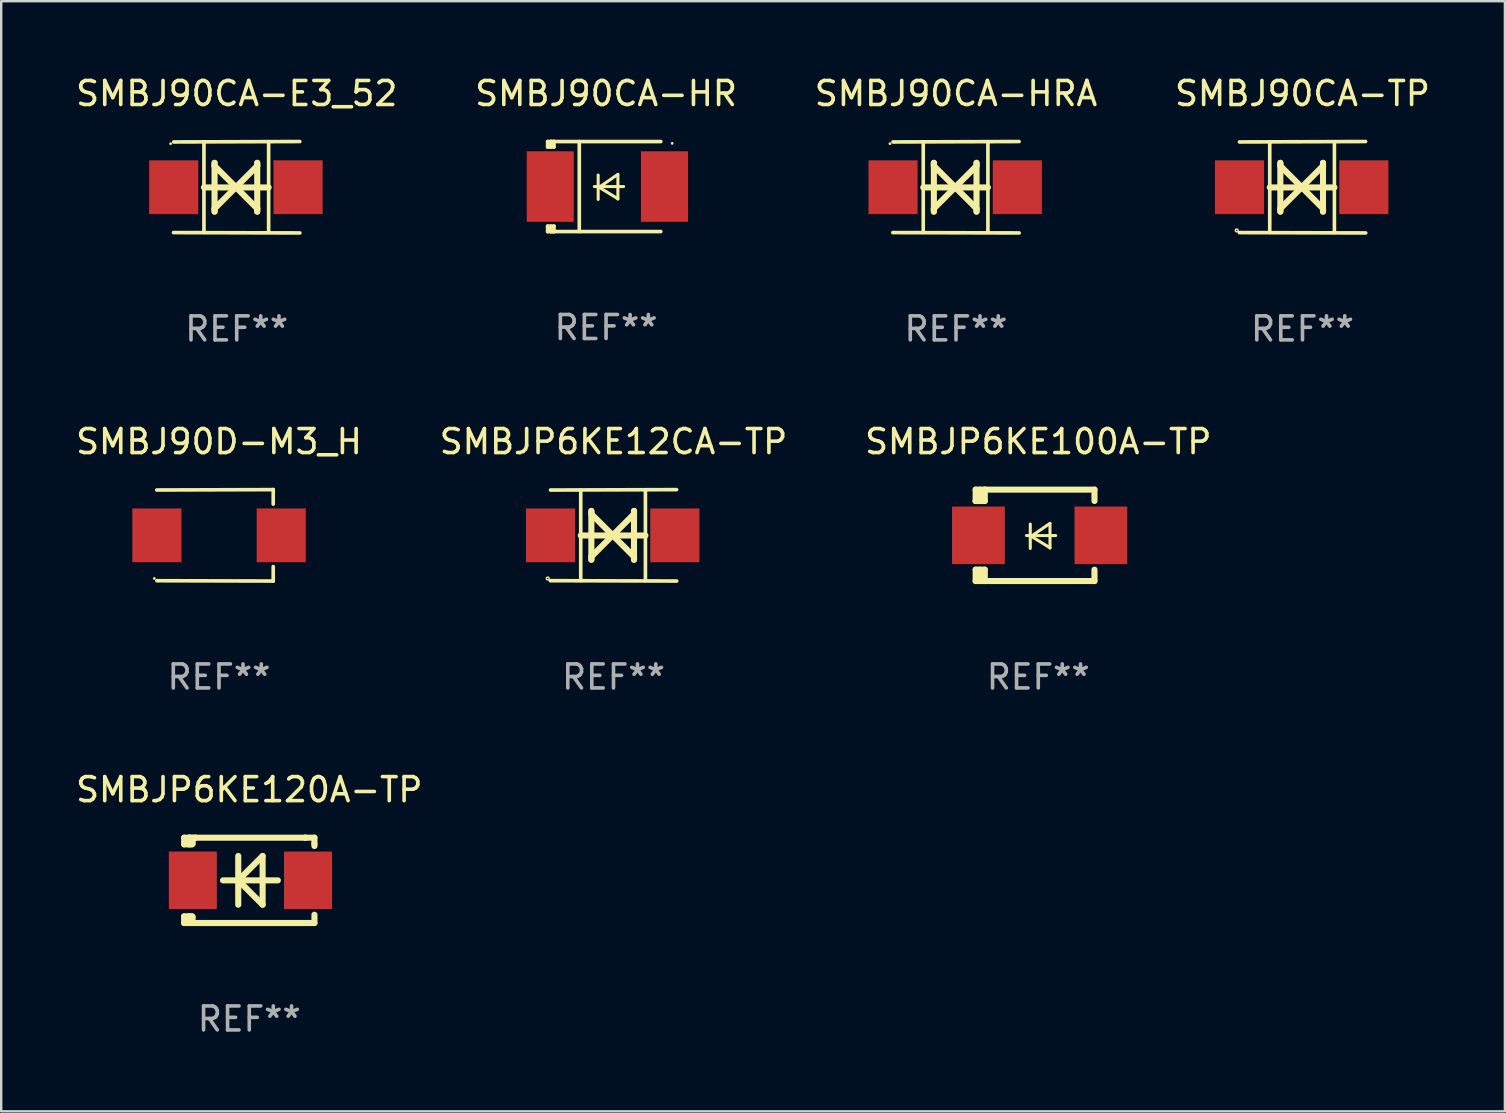
<source format=kicad_pcb>
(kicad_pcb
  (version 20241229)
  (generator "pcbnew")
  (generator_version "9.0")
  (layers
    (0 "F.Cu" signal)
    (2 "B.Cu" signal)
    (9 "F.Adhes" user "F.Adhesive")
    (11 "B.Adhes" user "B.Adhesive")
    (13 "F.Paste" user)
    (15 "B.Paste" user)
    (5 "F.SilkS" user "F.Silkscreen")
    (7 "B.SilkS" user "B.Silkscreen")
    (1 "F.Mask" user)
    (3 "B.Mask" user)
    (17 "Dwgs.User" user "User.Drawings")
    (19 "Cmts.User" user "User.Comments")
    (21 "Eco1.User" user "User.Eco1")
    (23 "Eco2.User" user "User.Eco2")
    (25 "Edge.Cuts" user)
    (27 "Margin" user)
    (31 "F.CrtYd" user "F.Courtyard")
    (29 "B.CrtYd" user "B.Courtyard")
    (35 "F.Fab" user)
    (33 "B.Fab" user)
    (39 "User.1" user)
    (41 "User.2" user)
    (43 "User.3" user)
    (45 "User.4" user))
  (footprint "SMBJP6KE120A-TP"
    (layer "F.Cu")
    (at 7.339 33.639)
    (property "Reference" "SMBJP6KE120A-TP" (at 0 -3.778 0) (layer "F.SilkS") (effects (font (size 1 1) (thickness 0.15))))
    (attr through_hole)
    (fp_line (start -2.715 -1.778) (end -2.715 -1.501) (stroke (width 0.254) (type solid)) (layer "F.SilkS"))
    (fp_line (start -2.715 -1.501) (end -2.505 -1.501) (stroke (width 0.254) (type solid)) (layer "F.SilkS"))
    (fp_line (start -2.715 1.501) (end -2.715 1.778) (stroke (width 0.254) (type solid)) (layer "F.SilkS"))
    (fp_line (start -2.715 1.501) (end -2.505 1.501) (stroke (width 0.254) (type solid)) (layer "F.SilkS"))
    (fp_line (start -2.715 1.778) (end -2.504 1.778) (stroke (width 0.254) (type solid)) (layer "F.SilkS"))
    (fp_line (start -2.505 -1.778) (end -2.715 -1.778) (stroke (width 0.254) (type solid)) (layer "F.SilkS"))
    (fp_line (start -2.505 -1.778) (end -2.238 -1.778) (stroke (width 0.254) (type solid)) (layer "F.SilkS"))
    (fp_line (start -2.505 -1.501) (end -2.505 -1.651) (stroke (width 0.254) (type solid)) (layer "F.SilkS"))
    (fp_line (start -2.505 -1.501) (end -2.388 -1.501) (stroke (width 0.254) (type solid)) (layer "F.SilkS"))
    (fp_line (start -2.505 1.501) (end -2.505 1.778) (stroke (width 0.254) (type solid)) (layer "F.SilkS"))
    (fp_line (start -2.505 1.501) (end -2.388 1.501) (stroke (width 0.254) (type solid)) (layer "F.SilkS"))
    (fp_line (start -2.388 1.501) (end -2.365 1.524) (stroke (width 0.254) (type solid)) (layer "F.SilkS"))
    (fp_line (start -2.388 -1.501) (end -2.365 -1.524) (stroke (width 0.254) (type solid)) (layer "F.SilkS"))
    (fp_line (start -2.365 -1.651) (end -2.505 -1.778) (stroke (width 0.254) (type solid)) (layer "F.SilkS"))
    (fp_line (start -2.365 -1.524) (end -2.365 -1.651) (stroke (width 0.254) (type solid)) (layer "F.SilkS"))
    (fp_line (start -2.365 1.524) (end -2.365 1.778) (stroke (width 0.254) (type solid)) (layer "F.SilkS"))
    (fp_line (start -2.239 -1.778) (end 2.333 -1.778) (stroke (width 0.254) (type solid)) (layer "F.SilkS"))
    (fp_line (start -2.238 -1.778) (end -2.505 -1.778) (stroke (width 0.254) (type solid)) (layer "F.SilkS"))
    (fp_line (start -1.095 0) (end 1.191 0) (stroke (width 0.254) (type solid)) (layer "F.SilkS"))
    (fp_line (start -0.46 -1.016) (end -0.46 1.016) (stroke (width 0.254) (type solid)) (layer "F.SilkS"))
    (fp_line (start -0.46 -0.000127) (end 0.556 1.016) (stroke (width 0.254) (type solid)) (layer "F.SilkS"))
    (fp_line (start 0.556 -1.016) (end 0.556 1.016) (stroke (width 0.254) (type solid)) (layer "F.SilkS"))
    (fp_line (start 0.556 -1.016) (end -0.46 -0.000127) (stroke (width 0.254) (type solid)) (layer "F.SilkS"))
    (fp_line (start 2.333 -1.778) (end 2.333 -1.778) (stroke (width 0.254) (type solid)) (layer "F.SilkS"))
    (fp_line (start 2.333 -1.778) (end 2.715 -1.778) (stroke (width 0.254) (type solid)) (layer "F.SilkS"))
    (fp_line (start 2.334 1.778) (end -2.504 1.778) (stroke (width 0.254) (type solid)) (layer "F.SilkS"))
    (fp_line (start 2.715 -1.778) (end 2.715 -1.524) (stroke (width 0.254) (type solid)) (layer "F.SilkS"))
    (fp_line (start 2.715 -1.524) (end 2.715 -1.431) (stroke (width 0.254) (type solid)) (layer "F.SilkS"))
    (fp_line (start 2.715 1.431) (end 2.715 1.778) (stroke (width 0.254) (type solid)) (layer "F.SilkS"))
    (fp_line (start 2.715 1.778) (end 2.334 1.778) (stroke (width 0.254) (type solid)) (layer "F.SilkS"))
    (fp_circle (center -2.602 1.8) (end -2.572 1.8) (stroke (width 0.06) (type solid)) (fill no) (layer "F.SilkS"))
    (fp_text user "REF**" (at 0 5.778 0) (layer "F.Fab") (effects (font (size 1 1) (thickness 0.15))))
    (pad "1" smd rect (at -2.352 -0.000076) (size 2 2.4) (layers "F.Cu" "F.Mask" "F.Paste"))
    (pad "2" smd rect (at 2.448 -0.000076) (size 2 2.4) (layers "F.Cu" "F.Mask" "F.Paste")))
  (footprint "SMBJP6KE12CA-TP"
    (layer "F.Cu")
    (at 22.518 19.26)
    (property "Reference" "SMBJP6KE12CA-TP" (at 0 -3.905 0) (layer "F.SilkS") (effects (font (size 1 1) (thickness 0.15))))
    (attr through_hole)
    (fp_line (start -1.365 1.886) (end -1.365 -1.886) (stroke (width 0.152) (type solid)) (layer "F.SilkS"))
    (fp_line (start -1.365 0.008) (end 1.33 0.008) (stroke (width 0.254) (type solid)) (layer "F.SilkS"))
    (fp_line (start -0.923 -1.016) (end -0.923 1.016) (stroke (width 0.254) (type solid)) (layer "F.SilkS"))
    (fp_line (start -0.923 -0.889) (end -0.923 -1.016) (stroke (width 0.254) (type solid)) (layer "F.SilkS"))
    (fp_line (start -0.923 0.889) (end -0.034 0) (stroke (width 0.254) (type solid)) (layer "F.SilkS"))
    (fp_line (start -0.923 1.016) (end -0.923 0.889) (stroke (width 0.254) (type solid)) (layer "F.SilkS"))
    (fp_line (start -0.034 0) (end -0.923 -0.889) (stroke (width 0.254) (type solid)) (layer "F.SilkS"))
    (fp_line (start -0.034 0) (end 0.855 0.889) (stroke (width 0.254) (type solid)) (layer "F.SilkS"))
    (fp_line (start 0.855 -1.016) (end 0.855 -0.889) (stroke (width 0.254) (type solid)) (layer "F.SilkS"))
    (fp_line (start 0.855 -0.889) (end -0.034 0) (stroke (width 0.254) (type solid)) (layer "F.SilkS"))
    (fp_line (start 0.855 0.889) (end 0.855 1.016) (stroke (width 0.254) (type solid)) (layer "F.SilkS"))
    (fp_line (start 0.855 1.016) (end 0.855 -1.016) (stroke (width 0.254) (type solid)) (layer "F.SilkS"))
    (fp_line (start 1.33 1.886) (end 1.33 -1.886) (stroke (width 0.152) (type solid)) (layer "F.SilkS"))
    (fp_line (start 2.629 -1.905) (end -2.625 -1.887) (stroke (width 0.152) (type solid)) (layer "F.SilkS"))
    (fp_line (start 2.633 1.905) (end -2.633 1.89) (stroke (width 0.152) (type solid)) (layer "F.SilkS"))
    (fp_circle (center -2.741 1.8) (end -2.712 1.8) (stroke (width 0.06) (type solid)) (fill no) (layer "F.SilkS"))
    (fp_text user "REF**" (at 0 5.905 0) (layer "F.Fab") (effects (font (size 1 1) (thickness 0.15))))
    (pad "1" smd rect (at -2.625 0) (size 2.047 2.241) (layers "F.Cu" "F.Mask" "F.Paste"))
    (pad "2" smd rect (at 2.557 0) (size 2.047 2.241) (layers "F.Cu" "F.Mask" "F.Paste")))
  (footprint "SMBJ90CA-HRA"
    (layer "F.Cu")
    (at 36.792 4.753)
    (property "Reference" "SMBJ90CA-HRA" (at 0 -3.905 0) (layer "F.SilkS") (effects (font (size 1 1) (thickness 0.15))))
    (attr through_hole)
    (fp_line (start -1.365 1.886) (end -1.365 -1.886) (stroke (width 0.152) (type solid)) (layer "F.SilkS"))
    (fp_line (start -1.365 0.008) (end 1.33 0.008) (stroke (width 0.254) (type solid)) (layer "F.SilkS"))
    (fp_line (start -0.923 -1.016) (end -0.923 1.016) (stroke (width 0.254) (type solid)) (layer "F.SilkS"))
    (fp_line (start -0.923 -0.889) (end -0.923 -1.016) (stroke (width 0.254) (type solid)) (layer "F.SilkS"))
    (fp_line (start -0.923 0.889) (end -0.034 0) (stroke (width 0.254) (type solid)) (layer "F.SilkS"))
    (fp_line (start -0.923 1.016) (end -0.923 0.889) (stroke (width 0.254) (type solid)) (layer "F.SilkS"))
    (fp_line (start -0.034 0) (end -0.923 -0.889) (stroke (width 0.254) (type solid)) (layer "F.SilkS"))
    (fp_line (start -0.034 0) (end 0.855 0.889) (stroke (width 0.254) (type solid)) (layer "F.SilkS"))
    (fp_line (start 0.855 -1.016) (end 0.855 -0.889) (stroke (width 0.254) (type solid)) (layer "F.SilkS"))
    (fp_line (start 0.855 -0.889) (end -0.034 0) (stroke (width 0.254) (type solid)) (layer "F.SilkS"))
    (fp_line (start 0.855 0.889) (end 0.855 1.016) (stroke (width 0.254) (type solid)) (layer "F.SilkS"))
    (fp_line (start 0.855 1.016) (end 0.855 -1.016) (stroke (width 0.254) (type solid)) (layer "F.SilkS"))
    (fp_line (start 1.33 1.886) (end 1.33 -1.886) (stroke (width 0.152) (type solid)) (layer "F.SilkS"))
    (fp_line (start 2.629 -1.905) (end -2.625 -1.887) (stroke (width 0.152) (type solid)) (layer "F.SilkS"))
    (fp_line (start 2.633 1.905) (end -2.633 1.89) (stroke (width 0.152) (type solid)) (layer "F.SilkS"))
    (fp_circle (center -2.753 -1.816) (end -2.723 -1.816) (stroke (width 0.06) (type solid)) (fill no) (layer "F.SilkS"))
    (fp_text user "REF**" (at 0 5.905 0) (layer "F.Fab") (effects (font (size 1 1) (thickness 0.15))))
    (pad "1" smd rect (at -2.625 0) (size 2.047 2.241) (layers "F.Cu" "F.Mask" "F.Paste"))
    (pad "2" smd rect (at 2.557 0) (size 2.047 2.241) (layers "F.Cu" "F.Mask" "F.Paste")))
  (footprint "SMBJ90CA-HR"
    (layer "F.Cu")
    (at 22.208 4.725)
    (property "Reference" "SMBJ90CA-HR" (at 0 -3.876 0) (layer "F.SilkS") (effects (font (size 1 1) (thickness 0.15))))
    (attr through_hole)
    (fp_line (start -2.435 1.65) (end -2.171 1.65) (stroke (width 0.152) (type solid)) (layer "F.SilkS"))
    (fp_line (start -2.435 1.876) (end -2.435 1.65) (stroke (width 0.152) (type solid)) (layer "F.SilkS"))
    (fp_line (start -2.435 -1.876) (end -2.171 -1.876) (stroke (width 0.152) (type solid)) (layer "F.SilkS"))
    (fp_line (start -2.435 -1.65) (end -2.435 -1.876) (stroke (width 0.152) (type solid)) (layer "F.SilkS"))
    (fp_line (start -2.305 -1.866) (end -2.295 -1.876) (stroke (width 0.152) (type solid)) (layer "F.SilkS"))
    (fp_line (start -2.305 -1.65) (end -2.305 -1.866) (stroke (width 0.152) (type solid)) (layer "F.SilkS"))
    (fp_line (start -2.305 1.876) (end -2.305 1.65) (stroke (width 0.152) (type solid)) (layer "F.SilkS"))
    (fp_line (start -2.295 -1.876) (end -2.295 -1.65) (stroke (width 0.152) (type solid)) (layer "F.SilkS"))
    (fp_line (start -2.171 1.876) (end -2.435 1.876) (stroke (width 0.152) (type solid)) (layer "F.SilkS"))
    (fp_line (start -2.171 -1.65) (end -2.435 -1.65) (stroke (width 0.152) (type solid)) (layer "F.SilkS"))
    (fp_line (start -2.171 -1.876) (end -2.295 -1.876) (stroke (width 0.152) (type solid)) (layer "F.SilkS"))
    (fp_line (start -2.171 -1.65) (end -2.171 -1.876) (stroke (width 0.152) (type solid)) (layer "F.SilkS"))
    (fp_line (start -2.171 1.876) (end -2.305 1.876) (stroke (width 0.152) (type solid)) (layer "F.SilkS"))
    (fp_line (start -2.171 1.876) (end -2.171 1.65) (stroke (width 0.152) (type solid)) (layer "F.SilkS"))
    (fp_line (start -1.116 1.876) (end -1.116 -1.876) (stroke (width 0.152) (type solid)) (layer "F.SilkS"))
    (fp_line (start -0.488 0.000102) (end 0.731 0.000102) (stroke (width 0.127) (type solid)) (layer "F.SilkS"))
    (fp_line (start -0.329 -0.48) (end -0.329 0.536) (stroke (width 0.127) (type solid)) (layer "F.SilkS"))
    (fp_line (start -0.29 0.03) (end 0.493 0.51) (stroke (width 0.127) (type solid)) (layer "F.SilkS"))
    (fp_line (start 0.493 -0.51) (end -0.29 0.03) (stroke (width 0.127) (type solid)) (layer "F.SilkS"))
    (fp_line (start 0.493 0.52) (end 0.493 -0.496) (stroke (width 0.127) (type solid)) (layer "F.SilkS"))
    (fp_line (start 2.281 -1.876) (end -2.171 -1.876) (stroke (width 0.152) (type solid)) (layer "F.SilkS"))
    (fp_line (start 2.281 1.876) (end -2.171 1.876) (stroke (width 0.152) (type solid)) (layer "F.SilkS"))
    (fp_circle (center 2.755 -1.8) (end 2.785 -1.8) (stroke (width 0.06) (type solid)) (fill no) (layer "F.SilkS"))
    (fp_text user "REF**" (at 0 5.876 0) (layer "F.Fab") (effects (font (size 1 1) (thickness 0.15))))
    (pad "1" smd rect (at 2.435 -0.000025 180) (size 1.96 2.94) (layers "F.Cu" "F.Mask" "F.Paste"))
    (pad "2" smd rect (at -2.325 -0.000025 180) (size 1.96 2.94) (layers "F.Cu" "F.Mask" "F.Paste")))
  (footprint "SMBJ90CA-E3_52"
    (layer "F.Cu")
    (at 6.815 4.753)
    (property "Reference" "SMBJ90CA-E3_52" (at 0 -3.905 0) (layer "F.SilkS") (effects (font (size 1 1) (thickness 0.15))))
    (attr through_hole)
    (fp_line (start -1.365 1.886) (end -1.365 -1.886) (stroke (width 0.152) (type solid)) (layer "F.SilkS"))
    (fp_line (start -1.365 0.008) (end 1.33 0.008) (stroke (width 0.254) (type solid)) (layer "F.SilkS"))
    (fp_line (start -0.923 -1.016) (end -0.923 1.016) (stroke (width 0.254) (type solid)) (layer "F.SilkS"))
    (fp_line (start -0.923 -0.889) (end -0.923 -1.016) (stroke (width 0.254) (type solid)) (layer "F.SilkS"))
    (fp_line (start -0.923 0.889) (end -0.034 0) (stroke (width 0.254) (type solid)) (layer "F.SilkS"))
    (fp_line (start -0.923 1.016) (end -0.923 0.889) (stroke (width 0.254) (type solid)) (layer "F.SilkS"))
    (fp_line (start -0.034 0) (end -0.923 -0.889) (stroke (width 0.254) (type solid)) (layer "F.SilkS"))
    (fp_line (start -0.034 0) (end 0.855 0.889) (stroke (width 0.254) (type solid)) (layer "F.SilkS"))
    (fp_line (start 0.855 -1.016) (end 0.855 -0.889) (stroke (width 0.254) (type solid)) (layer "F.SilkS"))
    (fp_line (start 0.855 -0.889) (end -0.034 0) (stroke (width 0.254) (type solid)) (layer "F.SilkS"))
    (fp_line (start 0.855 0.889) (end 0.855 1.016) (stroke (width 0.254) (type solid)) (layer "F.SilkS"))
    (fp_line (start 0.855 1.016) (end 0.855 -1.016) (stroke (width 0.254) (type solid)) (layer "F.SilkS"))
    (fp_line (start 1.33 1.886) (end 1.33 -1.886) (stroke (width 0.152) (type solid)) (layer "F.SilkS"))
    (fp_line (start 2.629 -1.905) (end -2.625 -1.887) (stroke (width 0.152) (type solid)) (layer "F.SilkS"))
    (fp_line (start 2.633 1.905) (end -2.633 1.89) (stroke (width 0.152) (type solid)) (layer "F.SilkS"))
    (fp_circle (center -2.753 -1.816) (end -2.723 -1.816) (stroke (width 0.06) (type solid)) (fill no) (layer "F.SilkS"))
    (fp_text user "REF**" (at 0 5.905 0) (layer "F.Fab") (effects (font (size 1 1) (thickness 0.15))))
    (pad "1" smd rect (at -2.625 0) (size 2.047 2.241) (layers "F.Cu" "F.Mask" "F.Paste"))
    (pad "2" smd rect (at 2.557 0) (size 2.047 2.241) (layers "F.Cu" "F.Mask" "F.Paste")))
  (footprint "SMBJP6KE100A-TP"
    (layer "F.Cu")
    (at 40.22 19.26)
    (property "Reference" "SMBJP6KE100A-TP" (at 0 -3.905 0) (layer "F.SilkS") (effects (font (size 1 1) (thickness 0.15))))
    (attr through_hole)
    (fp_line (start -2.609 -1.905) (end -2.609 -1.431) (stroke (width 0.254) (type solid)) (layer "F.SilkS"))
    (fp_line (start -2.609 1.431) (end -2.609 1.905) (stroke (width 0.254) (type solid)) (layer "F.SilkS"))
    (fp_line (start -2.609 1.431) (end -2.229 1.431) (stroke (width 0.254) (type solid)) (layer "F.SilkS"))
    (fp_line (start -2.609 1.905) (end -2.229 1.905) (stroke (width 0.254) (type solid)) (layer "F.SilkS"))
    (fp_line (start -2.609 -1.431) (end -2.609 -1.431) (stroke (width 0.254) (type solid)) (layer "F.SilkS"))
    (fp_line (start -2.427 -1.431) (end -2.427 -1.905) (stroke (width 0.254) (type solid)) (layer "F.SilkS"))
    (fp_line (start -2.427 1.905) (end -2.427 1.431) (stroke (width 0.254) (type solid)) (layer "F.SilkS"))
    (fp_line (start -2.229 -1.905) (end -2.609 -1.905) (stroke (width 0.254) (type solid)) (layer "F.SilkS"))
    (fp_line (start -2.229 -1.905) (end 2.343 -1.905) (stroke (width 0.254) (type solid)) (layer "F.SilkS"))
    (fp_line (start -2.229 -1.431) (end -2.609 -1.431) (stroke (width 0.254) (type solid)) (layer "F.SilkS"))
    (fp_line (start -2.229 -1.431) (end -2.229 -1.905) (stroke (width 0.254) (type solid)) (layer "F.SilkS"))
    (fp_line (start -2.229 1.905) (end -2.229 1.431) (stroke (width 0.254) (type solid)) (layer "F.SilkS"))
    (fp_line (start -0.491 0.01) (end 0.727 0.01) (stroke (width 0.127) (type solid)) (layer "F.SilkS"))
    (fp_line (start -0.333 -0.47) (end -0.333 0.546) (stroke (width 0.127) (type solid)) (layer "F.SilkS"))
    (fp_line (start -0.293 0.04) (end 0.489 0.52) (stroke (width 0.127) (type solid)) (layer "F.SilkS"))
    (fp_line (start 0.489 -0.5) (end -0.293 0.04) (stroke (width 0.127) (type solid)) (layer "F.SilkS"))
    (fp_line (start 0.489 0.53) (end 0.489 -0.486) (stroke (width 0.127) (type solid)) (layer "F.SilkS"))
    (fp_line (start 2.343 -1.905) (end 2.343 -1.431) (stroke (width 0.254) (type solid)) (layer "F.SilkS"))
    (fp_line (start 2.343 1.431) (end 2.343 1.905) (stroke (width 0.254) (type solid)) (layer "F.SilkS"))
    (fp_line (start 2.343 1.905) (end -2.229 1.905) (stroke (width 0.254) (type solid)) (layer "F.SilkS"))
    (fp_circle (center -2.643 1.8) (end -2.613 1.8) (stroke (width 0.06) (type solid)) (fill no) (layer "F.SilkS"))
    (fp_text user "REF**" (at 0 5.905 0) (layer "F.Fab") (effects (font (size 1 1) (thickness 0.15))))
    (pad "1" smd rect (at -2.493 0) (size 2.2 2.4) (layers "F.Cu" "F.Mask" "F.Paste"))
    (pad "2" smd rect (at 2.609 0) (size 2.2 2.4) (layers "F.Cu" "F.Mask" "F.Paste")))
  (footprint "SMBJ90CA-TP"
    (layer "F.Cu")
    (at 51.232 4.753)
    (property "Reference" "SMBJ90CA-TP" (at 0 -3.905 0) (layer "F.SilkS") (effects (font (size 1 1) (thickness 0.15))))
    (attr through_hole)
    (fp_line (start -1.365 1.886) (end -1.365 -1.886) (stroke (width 0.152) (type solid)) (layer "F.SilkS"))
    (fp_line (start -1.365 0.008) (end 1.33 0.008) (stroke (width 0.254) (type solid)) (layer "F.SilkS"))
    (fp_line (start -0.923 -1.016) (end -0.923 1.016) (stroke (width 0.254) (type solid)) (layer "F.SilkS"))
    (fp_line (start -0.923 -0.889) (end -0.923 -1.016) (stroke (width 0.254) (type solid)) (layer "F.SilkS"))
    (fp_line (start -0.923 0.889) (end -0.034 0) (stroke (width 0.254) (type solid)) (layer "F.SilkS"))
    (fp_line (start -0.923 1.016) (end -0.923 0.889) (stroke (width 0.254) (type solid)) (layer "F.SilkS"))
    (fp_line (start -0.034 0) (end -0.923 -0.889) (stroke (width 0.254) (type solid)) (layer "F.SilkS"))
    (fp_line (start -0.034 0) (end 0.855 0.889) (stroke (width 0.254) (type solid)) (layer "F.SilkS"))
    (fp_line (start 0.855 -1.016) (end 0.855 -0.889) (stroke (width 0.254) (type solid)) (layer "F.SilkS"))
    (fp_line (start 0.855 -0.889) (end -0.034 0) (stroke (width 0.254) (type solid)) (layer "F.SilkS"))
    (fp_line (start 0.855 0.889) (end 0.855 1.016) (stroke (width 0.254) (type solid)) (layer "F.SilkS"))
    (fp_line (start 0.855 1.016) (end 0.855 -1.016) (stroke (width 0.254) (type solid)) (layer "F.SilkS"))
    (fp_line (start 1.33 1.886) (end 1.33 -1.886) (stroke (width 0.152) (type solid)) (layer "F.SilkS"))
    (fp_line (start 2.629 -1.905) (end -2.625 -1.887) (stroke (width 0.152) (type solid)) (layer "F.SilkS"))
    (fp_line (start 2.633 1.905) (end -2.633 1.89) (stroke (width 0.152) (type solid)) (layer "F.SilkS"))
    (fp_circle (center -2.741 1.8) (end -2.712 1.8) (stroke (width 0.06) (type solid)) (fill no) (layer "F.SilkS"))
    (fp_text user "REF**" (at 0 5.905 0) (layer "F.Fab") (effects (font (size 1 1) (thickness 0.15))))
    (pad "1" smd rect (at -2.625 0) (size 2.047 2.241) (layers "F.Cu" "F.Mask" "F.Paste"))
    (pad "2" smd rect (at 2.557 0) (size 2.047 2.241) (layers "F.Cu" "F.Mask" "F.Paste")))
  (footprint "SMBJ90D-M3_H"
    (layer "F.Cu")
    (at 6.077 19.26)
    (property "Reference" "SMBJ90D-M3_H" (at 0 -3.905 0) (layer "F.SilkS") (effects (font (size 1 1) (thickness 0.15))))
    (attr through_hole)
    (fp_line (start 2.256 -1.905) (end -2.594 -1.889) (stroke (width 0.152) (type solid)) (layer "F.SilkS"))
    (fp_line (start 2.256 -1.905) (end 2.26 -1.905) (stroke (width 0.152) (type solid)) (layer "F.SilkS"))
    (fp_line (start 2.26 -1.905) (end 2.26 -1.301) (stroke (width 0.152) (type solid)) (layer "F.SilkS"))
    (fp_line (start 2.26 1.301) (end 2.26 1.905) (stroke (width 0.152) (type solid)) (layer "F.SilkS"))
    (fp_line (start 2.26 1.905) (end -2.59 1.892) (stroke (width 0.152) (type solid)) (layer "F.SilkS"))
    (fp_circle (center -2.697 1.8) (end -2.667 1.8) (stroke (width 0.06) (type solid)) (fill no) (layer "F.SilkS"))
    (fp_text user "REF**" (at 0 5.905 0) (layer "F.Fab") (effects (font (size 1 1) (thickness 0.15))))
    (pad "1" smd rect (at -2.588 0) (size 2.047 2.241) (layers "F.Cu" "F.Mask" "F.Paste"))
    (pad "2" smd rect (at 2.594 0) (size 2.047 2.241) (layers "F.Cu" "F.Mask" "F.Paste")))
  (gr_rect
    (start -3 -3)
    (end 59.667 43.266)
    (stroke (width 0.1) (type default))
    (fill no)
    (layer "Edge.Cuts")))
</source>
